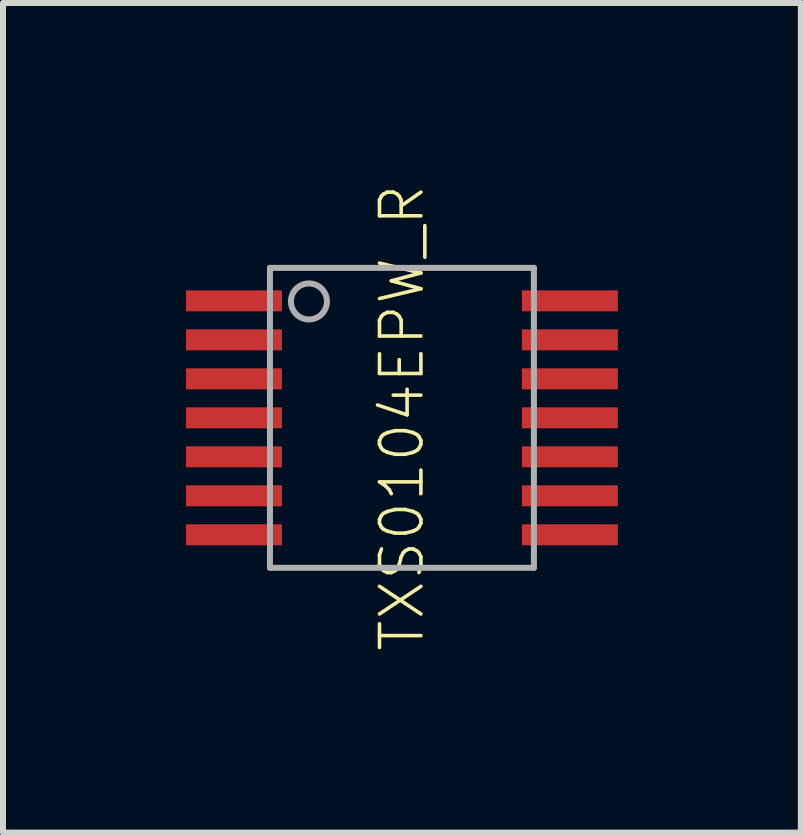
<source format=kicad_pcb>
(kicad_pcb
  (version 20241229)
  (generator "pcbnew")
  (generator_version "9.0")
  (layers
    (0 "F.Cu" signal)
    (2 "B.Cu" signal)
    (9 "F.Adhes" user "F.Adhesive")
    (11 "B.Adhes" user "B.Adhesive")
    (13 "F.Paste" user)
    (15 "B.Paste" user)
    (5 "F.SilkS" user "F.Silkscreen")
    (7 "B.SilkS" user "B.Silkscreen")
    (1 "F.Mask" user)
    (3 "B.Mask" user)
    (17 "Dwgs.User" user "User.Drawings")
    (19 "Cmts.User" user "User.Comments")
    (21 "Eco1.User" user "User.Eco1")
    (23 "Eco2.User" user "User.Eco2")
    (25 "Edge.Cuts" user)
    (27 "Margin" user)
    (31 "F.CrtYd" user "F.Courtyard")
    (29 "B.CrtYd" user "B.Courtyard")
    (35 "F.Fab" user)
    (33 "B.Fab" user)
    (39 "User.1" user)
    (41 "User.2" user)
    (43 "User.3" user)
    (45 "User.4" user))
  (footprint "TXS0104EPW_R"
    (layer "F.Cu")
    (at 3.65 3.915)
    (property "Reference" "TXS0104EPW_R" (at 0 0 90) (unlocked yes) (layer "F.SilkS") (effects (font (size 0.69 0.69) (thickness 0.06))))
    (fp_poly (pts (xy -3.65 -1.725) (xy -1.95 -1.725) (xy -1.95 -2.175) (xy -3.65 -2.175)) (stroke (width 0) (type default)) (fill yes) (layer "F.Mask"))
    (fp_poly (pts (xy -3.65 -1.075) (xy -1.95 -1.075) (xy -1.95 -1.525) (xy -3.65 -1.525)) (stroke (width 0) (type default)) (fill yes) (layer "F.Mask"))
    (fp_poly (pts (xy -3.65 -0.425) (xy -1.95 -0.425) (xy -1.95 -0.875) (xy -3.65 -0.875)) (stroke (width 0) (type default)) (fill yes) (layer "F.Mask"))
    (fp_poly (pts (xy -3.65 0.225) (xy -1.95 0.225) (xy -1.95 -0.225) (xy -3.65 -0.225)) (stroke (width 0) (type default)) (fill yes) (layer "F.Mask"))
    (fp_poly (pts (xy -3.65 0.875) (xy -1.95 0.875) (xy -1.95 0.425) (xy -3.65 0.425)) (stroke (width 0) (type default)) (fill yes) (layer "F.Mask"))
    (fp_poly (pts (xy -3.65 1.525) (xy -1.95 1.525) (xy -1.95 1.075) (xy -3.65 1.075)) (stroke (width 0) (type default)) (fill yes) (layer "F.Mask"))
    (fp_poly (pts (xy -3.65 2.175) (xy -1.95 2.175) (xy -1.95 1.725) (xy -3.65 1.725)) (stroke (width 0) (type default)) (fill yes) (layer "F.Mask"))
    (fp_poly (pts (xy 1.95 -1.725) (xy 3.65 -1.725) (xy 3.65 -2.175) (xy 1.95 -2.175)) (stroke (width 0) (type default)) (fill yes) (layer "F.Mask"))
    (fp_poly (pts (xy 1.95 -1.075) (xy 3.65 -1.075) (xy 3.65 -1.525) (xy 1.95 -1.525)) (stroke (width 0) (type default)) (fill yes) (layer "F.Mask"))
    (fp_poly (pts (xy 1.95 -0.425) (xy 3.65 -0.425) (xy 3.65 -0.875) (xy 1.95 -0.875)) (stroke (width 0) (type default)) (fill yes) (layer "F.Mask"))
    (fp_poly (pts (xy 1.95 0.225) (xy 3.65 0.225) (xy 3.65 -0.225) (xy 1.95 -0.225)) (stroke (width 0) (type default)) (fill yes) (layer "F.Mask"))
    (fp_poly (pts (xy 1.95 0.875) (xy 3.65 0.875) (xy 3.65 0.425) (xy 1.95 0.425)) (stroke (width 0) (type default)) (fill yes) (layer "F.Mask"))
    (fp_poly (pts (xy 1.95 1.525) (xy 3.65 1.525) (xy 3.65 1.075) (xy 1.95 1.075)) (stroke (width 0) (type default)) (fill yes) (layer "F.Mask"))
    (fp_poly (pts (xy 1.95 2.175) (xy 3.65 2.175) (xy 3.65 1.725) (xy 1.95 1.725)) (stroke (width 0) (type default)) (fill yes) (layer "F.Mask"))
    (fp_line (start -2.2 -2.5) (end -2.2 2.5) (stroke (width 0.1) (type solid)) (layer "F.Fab"))
    (fp_line (start -2.2 2.5) (end 2.2 2.5) (stroke (width 0.1) (type solid)) (layer "F.Fab"))
    (fp_line (start 2.2 -2.5) (end -2.2 -2.5) (stroke (width 0.1) (type solid)) (layer "F.Fab"))
    (fp_line (start 2.2 2.5) (end 2.2 -2.5) (stroke (width 0.1) (type solid)) (layer "F.Fab"))
    (fp_circle (center -1.55 -1.94) (end -1.25 -1.94) (stroke (width 0.1) (type solid)) (fill no) (layer "F.Fab"))
    (pad "1" smd rect (at -2.8 -1.95) (size 1.6 0.35) (layers "F.Cu" "F.Paste"))
    (pad "2" smd rect (at -2.8 -1.3) (size 1.6 0.35) (layers "F.Cu" "F.Paste"))
    (pad "3" smd rect (at -2.8 -0.65) (size 1.6 0.35) (layers "F.Cu" "F.Paste"))
    (pad "4" smd rect (at -2.8 0) (size 1.6 0.35) (layers "F.Cu" "F.Paste"))
    (pad "5" smd rect (at -2.8 0.65) (size 1.6 0.35) (layers "F.Cu" "F.Paste"))
    (pad "6" smd rect (at -2.8 1.3) (size 1.6 0.35) (layers "F.Cu" "F.Paste"))
    (pad "7" smd rect (at -2.8 1.95) (size 1.6 0.35) (layers "F.Cu" "F.Paste"))
    (pad "8" smd rect (at 2.8 1.95) (size 1.6 0.35) (layers "F.Cu" "F.Paste"))
    (pad "9" smd rect (at 2.8 1.3) (size 1.6 0.35) (layers "F.Cu" "F.Paste"))
    (pad "10" smd rect (at 2.8 0.65) (size 1.6 0.35) (layers "F.Cu" "F.Paste"))
    (pad "11" smd rect (at 2.8 0) (size 1.6 0.35) (layers "F.Cu" "F.Paste"))
    (pad "12" smd rect (at 2.8 -0.65) (size 1.6 0.35) (layers "F.Cu" "F.Paste"))
    (pad "13" smd rect (at 2.8 -1.3) (size 1.6 0.35) (layers "F.Cu" "F.Paste"))
    (pad "14" smd rect (at 2.8 -1.95) (size 1.6 0.35) (layers "F.Cu" "F.Paste")))
  (gr_rect
    (start -3 -3)
    (end 10.3 10.829)
    (stroke (width 0.1) (type default))
    (fill no)
    (layer "Edge.Cuts")))
</source>
